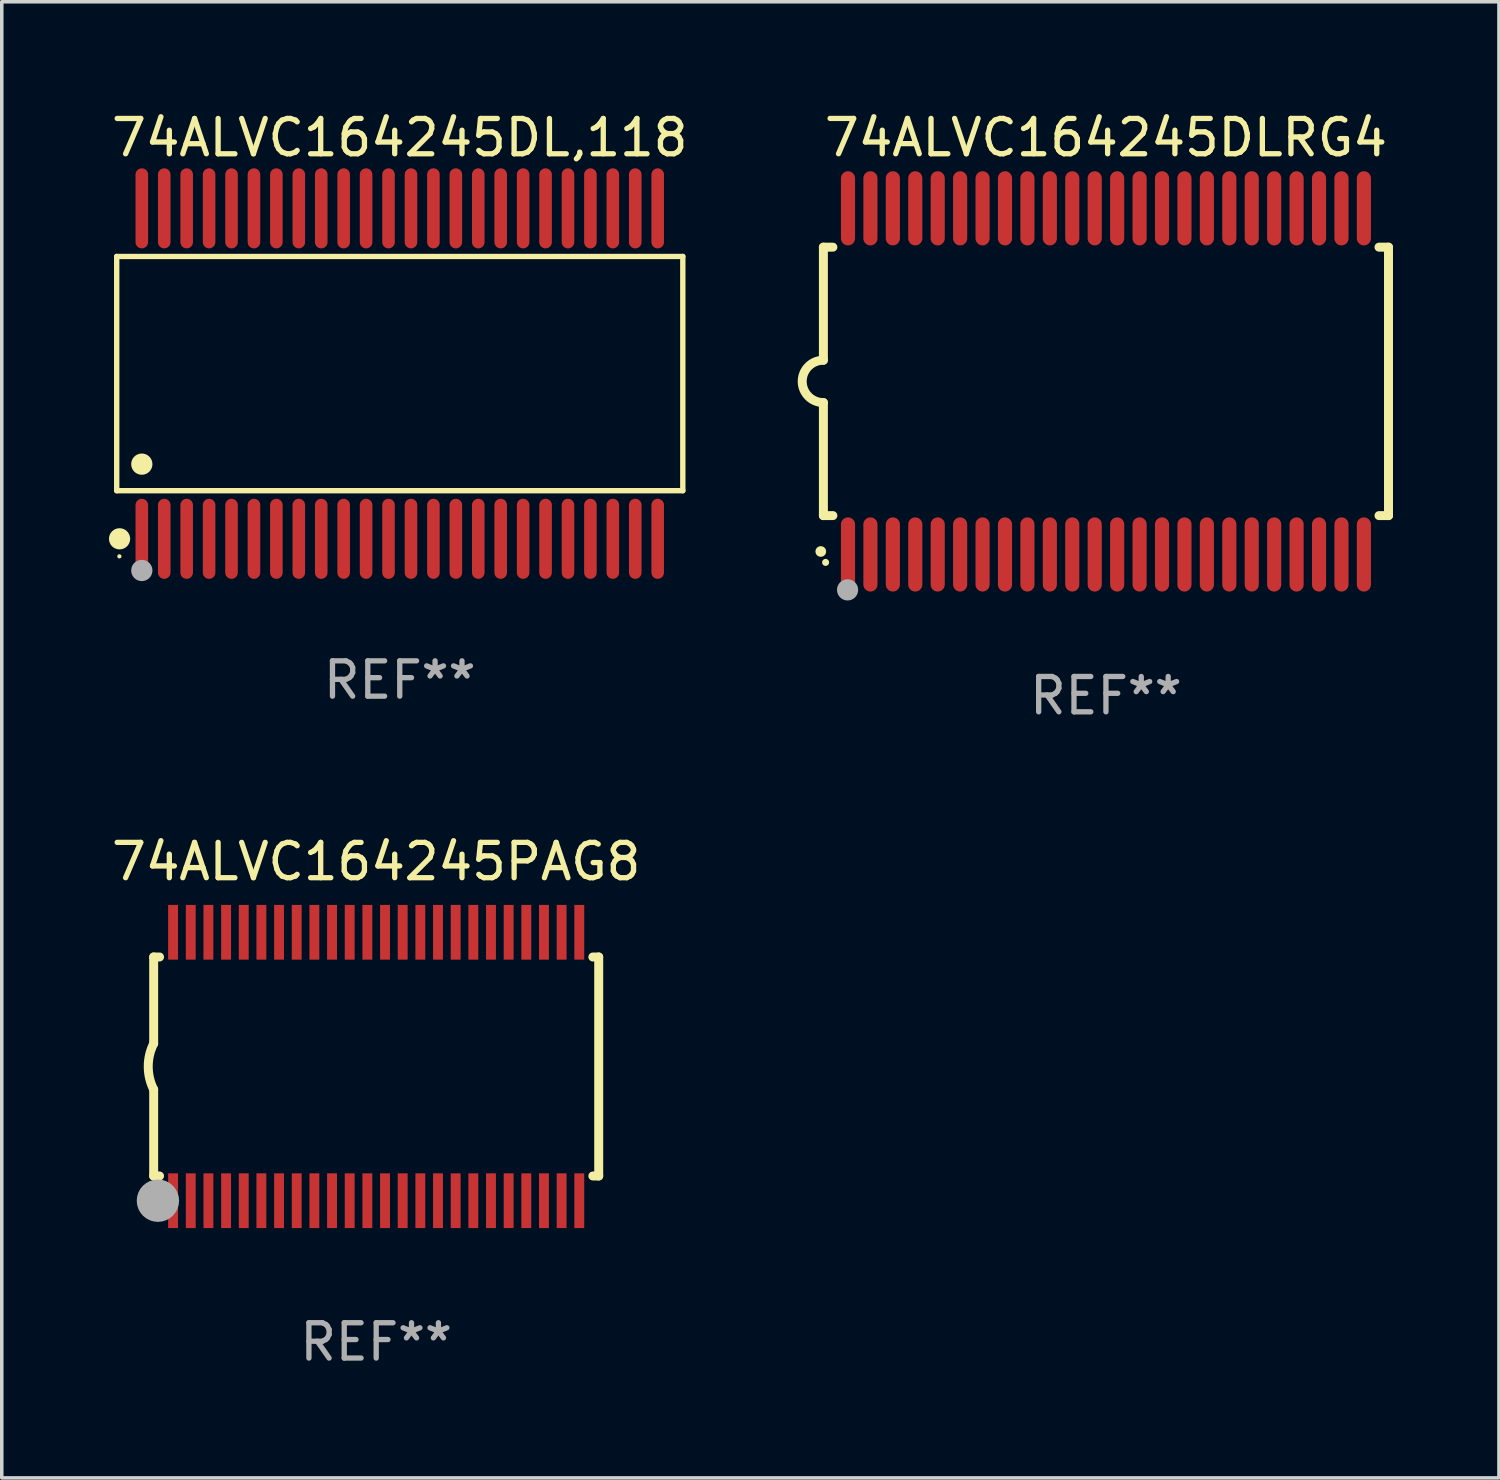
<source format=kicad_pcb>
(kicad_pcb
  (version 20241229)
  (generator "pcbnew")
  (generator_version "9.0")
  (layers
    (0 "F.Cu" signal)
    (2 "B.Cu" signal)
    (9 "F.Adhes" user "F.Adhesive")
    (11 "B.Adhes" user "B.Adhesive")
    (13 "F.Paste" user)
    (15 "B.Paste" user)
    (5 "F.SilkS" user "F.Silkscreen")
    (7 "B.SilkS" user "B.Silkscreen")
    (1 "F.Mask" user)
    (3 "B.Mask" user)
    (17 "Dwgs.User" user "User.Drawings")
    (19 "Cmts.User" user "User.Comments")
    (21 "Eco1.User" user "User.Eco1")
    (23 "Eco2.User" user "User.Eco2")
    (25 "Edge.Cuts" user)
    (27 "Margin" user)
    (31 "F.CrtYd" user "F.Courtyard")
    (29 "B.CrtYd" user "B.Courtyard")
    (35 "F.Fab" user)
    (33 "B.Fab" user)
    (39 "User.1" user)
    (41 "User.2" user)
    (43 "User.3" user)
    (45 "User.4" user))
  (footprint "74ALVC164245PAG8"
    (layer "F.Cu")
    (at 7.601 27.145)
    (property "Reference" "74ALVC164245PAG8" (at 0 -5.8 0) (layer "F.SilkS") (effects (font (size 1 1) (thickness 0.15))))
    (attr through_hole)
    (fp_line (start -6.3 -3.1) (end -6.3 -0.65) (stroke (width 0.254) (type solid)) (layer "F.SilkS"))
    (fp_line (start -6.3 -3.1) (end -6.134 -3.1) (stroke (width 0.254) (type solid)) (layer "F.SilkS"))
    (fp_line (start -6.3 3.1) (end -6.3 0.65) (stroke (width 0.254) (type solid)) (layer "F.SilkS"))
    (fp_line (start -6.3 3.1) (end -6.134 3.1) (stroke (width 0.254) (type solid)) (layer "F.SilkS"))
    (fp_line (start 6.134 -3.1) (end 6.3 -3.1) (stroke (width 0.254) (type solid)) (layer "F.SilkS"))
    (fp_line (start 6.134 3.1) (end 6.3 3.1) (stroke (width 0.254) (type solid)) (layer "F.SilkS"))
    (fp_line (start 6.3 -3.1) (end 6.3 3.1) (stroke (width 0.254) (type solid)) (layer "F.SilkS"))
    (fp_arc (start -6.301016 0.650114) (mid -6.45413 -0.000082) (end -6.3 -0.650038) (stroke (width 0.254001) (type solid)) (layer "F.SilkS"))
    (fp_circle (center -6.35 3.81) (end -6.223 3.81) (stroke (width 0.254) (type solid)) (fill no) (layer "F.SilkS"))
    (fp_circle (center -6.25 4.05) (end -6.22 4.05) (stroke (width 0.06) (type solid)) (fill no) (layer "F.SilkS"))
    (fp_circle (center -6.18 3.8) (end -5.88 3.8) (stroke (width 0.6) (type solid)) (fill no) (layer "F.Fab"))
    (fp_text user "REF**" (at 0 7.8 0) (layer "F.Fab") (effects (font (size 1 1) (thickness 0.15))))
    (pad "1" smd rect (at -5.75 3.8) (size 0.28 1.55) (layers "F.Cu" "F.Mask" "F.Paste"))
    (pad "2" smd rect (at -5.25 3.8) (size 0.28 1.55) (layers "F.Cu" "F.Mask" "F.Paste"))
    (pad "3" smd rect (at -4.75 3.8) (size 0.28 1.55) (layers "F.Cu" "F.Mask" "F.Paste"))
    (pad "4" smd rect (at -4.25 3.8) (size 0.28 1.55) (layers "F.Cu" "F.Mask" "F.Paste"))
    (pad "5" smd rect (at -3.75 3.8) (size 0.28 1.55) (layers "F.Cu" "F.Mask" "F.Paste"))
    (pad "6" smd rect (at -3.25 3.8) (size 0.28 1.55) (layers "F.Cu" "F.Mask" "F.Paste"))
    (pad "7" smd rect (at -2.75 3.8) (size 0.28 1.55) (layers "F.Cu" "F.Mask" "F.Paste"))
    (pad "8" smd rect (at -2.25 3.8) (size 0.28 1.55) (layers "F.Cu" "F.Mask" "F.Paste"))
    (pad "9" smd rect (at -1.75 3.8) (size 0.28 1.55) (layers "F.Cu" "F.Mask" "F.Paste"))
    (pad "10" smd rect (at -1.25 3.8) (size 0.28 1.55) (layers "F.Cu" "F.Mask" "F.Paste"))
    (pad "11" smd rect (at -0.75 3.8) (size 0.28 1.55) (layers "F.Cu" "F.Mask" "F.Paste"))
    (pad "12" smd rect (at -0.25 3.8) (size 0.28 1.55) (layers "F.Cu" "F.Mask" "F.Paste"))
    (pad "13" smd rect (at 0.25 3.8) (size 0.28 1.55) (layers "F.Cu" "F.Mask" "F.Paste"))
    (pad "14" smd rect (at 0.75 3.8) (size 0.28 1.55) (layers "F.Cu" "F.Mask" "F.Paste"))
    (pad "15" smd rect (at 1.25 3.8) (size 0.28 1.55) (layers "F.Cu" "F.Mask" "F.Paste"))
    (pad "16" smd rect (at 1.75 3.8) (size 0.28 1.55) (layers "F.Cu" "F.Mask" "F.Paste"))
    (pad "17" smd rect (at 2.25 3.8) (size 0.28 1.55) (layers "F.Cu" "F.Mask" "F.Paste"))
    (pad "18" smd rect (at 2.75 3.8) (size 0.28 1.55) (layers "F.Cu" "F.Mask" "F.Paste"))
    (pad "19" smd rect (at 3.25 3.8) (size 0.28 1.55) (layers "F.Cu" "F.Mask" "F.Paste"))
    (pad "20" smd rect (at 3.75 3.8) (size 0.28 1.55) (layers "F.Cu" "F.Mask" "F.Paste"))
    (pad "21" smd rect (at 4.25 3.8) (size 0.28 1.55) (layers "F.Cu" "F.Mask" "F.Paste"))
    (pad "22" smd rect (at 4.75 3.8) (size 0.28 1.55) (layers "F.Cu" "F.Mask" "F.Paste"))
    (pad "23" smd rect (at 5.25 3.8) (size 0.28 1.55) (layers "F.Cu" "F.Mask" "F.Paste"))
    (pad "24" smd rect (at 5.75 3.8) (size 0.28 1.55) (layers "F.Cu" "F.Mask" "F.Paste"))
    (pad "25" smd rect (at 5.75 -3.8) (size 0.28 1.55) (layers "F.Cu" "F.Mask" "F.Paste"))
    (pad "26" smd rect (at 5.25 -3.8) (size 0.28 1.55) (layers "F.Cu" "F.Mask" "F.Paste"))
    (pad "27" smd rect (at 4.75 -3.8) (size 0.28 1.55) (layers "F.Cu" "F.Mask" "F.Paste"))
    (pad "28" smd rect (at 4.25 -3.8) (size 0.28 1.55) (layers "F.Cu" "F.Mask" "F.Paste"))
    (pad "29" smd rect (at 3.75 -3.8) (size 0.28 1.55) (layers "F.Cu" "F.Mask" "F.Paste"))
    (pad "30" smd rect (at 3.25 -3.8) (size 0.28 1.55) (layers "F.Cu" "F.Mask" "F.Paste"))
    (pad "31" smd rect (at 2.75 -3.8) (size 0.28 1.55) (layers "F.Cu" "F.Mask" "F.Paste"))
    (pad "32" smd rect (at 2.25 -3.8) (size 0.28 1.55) (layers "F.Cu" "F.Mask" "F.Paste"))
    (pad "33" smd rect (at 1.75 -3.8) (size 0.28 1.55) (layers "F.Cu" "F.Mask" "F.Paste"))
    (pad "34" smd rect (at 1.25 -3.8) (size 0.28 1.55) (layers "F.Cu" "F.Mask" "F.Paste"))
    (pad "35" smd rect (at 0.75 -3.8) (size 0.28 1.55) (layers "F.Cu" "F.Mask" "F.Paste"))
    (pad "36" smd rect (at 0.25 -3.8) (size 0.28 1.55) (layers "F.Cu" "F.Mask" "F.Paste"))
    (pad "37" smd rect (at -0.25 -3.8) (size 0.28 1.55) (layers "F.Cu" "F.Mask" "F.Paste"))
    (pad "38" smd rect (at -0.75 -3.8) (size 0.28 1.55) (layers "F.Cu" "F.Mask" "F.Paste"))
    (pad "39" smd rect (at -1.25 -3.8) (size 0.28 1.55) (layers "F.Cu" "F.Mask" "F.Paste"))
    (pad "40" smd rect (at -1.75 -3.8) (size 0.28 1.55) (layers "F.Cu" "F.Mask" "F.Paste"))
    (pad "41" smd rect (at -2.25 -3.8) (size 0.28 1.55) (layers "F.Cu" "F.Mask" "F.Paste"))
    (pad "42" smd rect (at -2.75 -3.8) (size 0.28 1.55) (layers "F.Cu" "F.Mask" "F.Paste"))
    (pad "43" smd rect (at -3.25 -3.8) (size 0.28 1.55) (layers "F.Cu" "F.Mask" "F.Paste"))
    (pad "44" smd rect (at -3.75 -3.8) (size 0.28 1.55) (layers "F.Cu" "F.Mask" "F.Paste"))
    (pad "45" smd rect (at -4.25 -3.8) (size 0.28 1.55) (layers "F.Cu" "F.Mask" "F.Paste"))
    (pad "46" smd rect (at -4.75 -3.8) (size 0.28 1.55) (layers "F.Cu" "F.Mask" "F.Paste"))
    (pad "47" smd rect (at -5.25 -3.8) (size 0.28 1.55) (layers "F.Cu" "F.Mask" "F.Paste"))
    (pad "48" smd rect (at -5.75 -3.8) (size 0.28 1.55) (layers "F.Cu" "F.Mask" "F.Paste")))
  (footprint "74ALVC164245DL,118"
    (layer "F.Cu")
    (at 8.268 7.527)
    (property "Reference" "74ALVC164245DL,118" (at 0 -6.678 0) (layer "F.SilkS") (effects (font (size 1 1) (thickness 0.15))))
    (attr through_hole)
    (fp_line (start -8.014 -3.316) (end 8.014 -3.316) (stroke (width 0.152) (type solid)) (layer "F.SilkS"))
    (fp_line (start -8.014 3.316) (end -8.014 -3.316) (stroke (width 0.152) (type solid)) (layer "F.SilkS"))
    (fp_line (start 8.014 -3.316) (end 8.014 3.316) (stroke (width 0.152) (type solid)) (layer "F.SilkS"))
    (fp_line (start 8.014 3.316) (end -8.014 3.316) (stroke (width 0.152) (type solid)) (layer "F.SilkS"))
    (fp_circle (center -7.938 5.175) (end -7.908 5.175) (stroke (width 0.06) (type solid)) (fill no) (layer "F.SilkS"))
    (fp_circle (center -7.933 4.678) (end -7.783 4.678) (stroke (width 0.3) (type solid)) (fill no) (layer "F.SilkS"))
    (fp_circle (center -7.303 2.564) (end -7.152 2.564) (stroke (width 0.3) (type solid)) (fill no) (layer "F.SilkS"))
    (fp_circle (center -7.303 5.575) (end -7.152 5.575) (stroke (width 0.3) (type solid)) (fill no) (layer "F.Fab"))
    (fp_text user "REF**" (at 0 8.678 0) (layer "F.Fab") (effects (font (size 1 1) (thickness 0.15))))
    (pad "1" smd oval (at -7.303 4.678) (size 0.356 2.267) (layers "F.Cu" "F.Mask" "F.Paste"))
    (pad "2" smd oval (at -6.668 4.678) (size 0.356 2.267) (layers "F.Cu" "F.Mask" "F.Paste"))
    (pad "3" smd oval (at -6.033 4.678) (size 0.356 2.267) (layers "F.Cu" "F.Mask" "F.Paste"))
    (pad "4" smd oval (at -5.398 4.678) (size 0.356 2.267) (layers "F.Cu" "F.Mask" "F.Paste"))
    (pad "5" smd oval (at -4.763 4.678) (size 0.356 2.267) (layers "F.Cu" "F.Mask" "F.Paste"))
    (pad "6" smd oval (at -4.128 4.678) (size 0.356 2.267) (layers "F.Cu" "F.Mask" "F.Paste"))
    (pad "7" smd oval (at -3.493 4.678) (size 0.356 2.267) (layers "F.Cu" "F.Mask" "F.Paste"))
    (pad "8" smd oval (at -2.858 4.678) (size 0.356 2.267) (layers "F.Cu" "F.Mask" "F.Paste"))
    (pad "9" smd oval (at -2.223 4.678) (size 0.356 2.267) (layers "F.Cu" "F.Mask" "F.Paste"))
    (pad "10" smd oval (at -1.588 4.678) (size 0.356 2.267) (layers "F.Cu" "F.Mask" "F.Paste"))
    (pad "11" smd oval (at -0.953 4.678) (size 0.356 2.267) (layers "F.Cu" "F.Mask" "F.Paste"))
    (pad "12" smd oval (at -0.318 4.678) (size 0.356 2.267) (layers "F.Cu" "F.Mask" "F.Paste"))
    (pad "13" smd oval (at 0.318 4.678) (size 0.356 2.267) (layers "F.Cu" "F.Mask" "F.Paste"))
    (pad "14" smd oval (at 0.953 4.678) (size 0.356 2.267) (layers "F.Cu" "F.Mask" "F.Paste"))
    (pad "15" smd oval (at 1.588 4.678) (size 0.356 2.267) (layers "F.Cu" "F.Mask" "F.Paste"))
    (pad "16" smd oval (at 2.223 4.678) (size 0.356 2.267) (layers "F.Cu" "F.Mask" "F.Paste"))
    (pad "17" smd oval (at 2.858 4.678) (size 0.356 2.267) (layers "F.Cu" "F.Mask" "F.Paste"))
    (pad "18" smd oval (at 3.493 4.678) (size 0.356 2.267) (layers "F.Cu" "F.Mask" "F.Paste"))
    (pad "19" smd oval (at 4.128 4.678) (size 0.356 2.267) (layers "F.Cu" "F.Mask" "F.Paste"))
    (pad "20" smd oval (at 4.763 4.678) (size 0.356 2.267) (layers "F.Cu" "F.Mask" "F.Paste"))
    (pad "21" smd oval (at 5.398 4.678) (size 0.356 2.267) (layers "F.Cu" "F.Mask" "F.Paste"))
    (pad "22" smd oval (at 6.033 4.678) (size 0.356 2.267) (layers "F.Cu" "F.Mask" "F.Paste"))
    (pad "23" smd oval (at 6.668 4.678) (size 0.356 2.267) (layers "F.Cu" "F.Mask" "F.Paste"))
    (pad "24" smd oval (at 7.303 4.678) (size 0.356 2.267) (layers "F.Cu" "F.Mask" "F.Paste"))
    (pad "25" smd oval (at 7.303 -4.678) (size 0.356 2.267) (layers "F.Cu" "F.Mask" "F.Paste"))
    (pad "26" smd oval (at 6.668 -4.678) (size 0.356 2.267) (layers "F.Cu" "F.Mask" "F.Paste"))
    (pad "27" smd oval (at 6.033 -4.678) (size 0.356 2.267) (layers "F.Cu" "F.Mask" "F.Paste"))
    (pad "28" smd oval (at 5.398 -4.678) (size 0.356 2.267) (layers "F.Cu" "F.Mask" "F.Paste"))
    (pad "29" smd oval (at 4.763 -4.678) (size 0.356 2.267) (layers "F.Cu" "F.Mask" "F.Paste"))
    (pad "30" smd oval (at 4.128 -4.678) (size 0.356 2.267) (layers "F.Cu" "F.Mask" "F.Paste"))
    (pad "31" smd oval (at 3.493 -4.678) (size 0.356 2.267) (layers "F.Cu" "F.Mask" "F.Paste"))
    (pad "32" smd oval (at 2.858 -4.678) (size 0.356 2.267) (layers "F.Cu" "F.Mask" "F.Paste"))
    (pad "33" smd oval (at 2.223 -4.678) (size 0.356 2.267) (layers "F.Cu" "F.Mask" "F.Paste"))
    (pad "34" smd oval (at 1.588 -4.678) (size 0.356 2.267) (layers "F.Cu" "F.Mask" "F.Paste"))
    (pad "35" smd oval (at 0.953 -4.678) (size 0.356 2.267) (layers "F.Cu" "F.Mask" "F.Paste"))
    (pad "36" smd oval (at 0.318 -4.678) (size 0.356 2.267) (layers "F.Cu" "F.Mask" "F.Paste"))
    (pad "37" smd oval (at -0.318 -4.678) (size 0.356 2.267) (layers "F.Cu" "F.Mask" "F.Paste"))
    (pad "38" smd oval (at -0.953 -4.678) (size 0.356 2.267) (layers "F.Cu" "F.Mask" "F.Paste"))
    (pad "39" smd oval (at -1.588 -4.678) (size 0.356 2.267) (layers "F.Cu" "F.Mask" "F.Paste"))
    (pad "40" smd oval (at -2.223 -4.678) (size 0.356 2.267) (layers "F.Cu" "F.Mask" "F.Paste"))
    (pad "41" smd oval (at -2.858 -4.678) (size 0.356 2.267) (layers "F.Cu" "F.Mask" "F.Paste"))
    (pad "42" smd oval (at -3.493 -4.678) (size 0.356 2.267) (layers "F.Cu" "F.Mask" "F.Paste"))
    (pad "43" smd oval (at -4.128 -4.678) (size 0.356 2.267) (layers "F.Cu" "F.Mask" "F.Paste"))
    (pad "44" smd oval (at -4.763 -4.678) (size 0.356 2.267) (layers "F.Cu" "F.Mask" "F.Paste"))
    (pad "45" smd oval (at -5.398 -4.678) (size 0.356 2.267) (layers "F.Cu" "F.Mask" "F.Paste"))
    (pad "46" smd oval (at -6.033 -4.678) (size 0.356 2.267) (layers "F.Cu" "F.Mask" "F.Paste"))
    (pad "47" smd oval (at -6.668 -4.678) (size 0.356 2.267) (layers "F.Cu" "F.Mask" "F.Paste"))
    (pad "48" smd oval (at -7.303 -4.678) (size 0.356 2.267) (layers "F.Cu" "F.Mask" "F.Paste")))
  (footprint "74ALVC164245DLRG4"
    (layer "F.Cu")
    (at 28.262 7.748)
    (property "Reference" "74ALVC164245DLRG4" (at 0 -6.9 0) (layer "F.SilkS") (effects (font (size 1 1) (thickness 0.15))))
    (attr through_hole)
    (fp_line (start -8 -3.8) (end -8 -0.599) (stroke (width 0.254) (type solid)) (layer "F.SilkS"))
    (fp_line (start -8 -3.8) (end -7.731 -3.8) (stroke (width 0.254) (type solid)) (layer "F.SilkS"))
    (fp_line (start -8 3.8) (end -8 0.599) (stroke (width 0.254) (type solid)) (layer "F.SilkS"))
    (fp_line (start -7.731 3.8) (end -8 3.8) (stroke (width 0.254) (type solid)) (layer "F.SilkS"))
    (fp_line (start 7.731 -3.8) (end 8 -3.8) (stroke (width 0.254) (type solid)) (layer "F.SilkS"))
    (fp_line (start 8 -3.8) (end 8 3.8) (stroke (width 0.254) (type solid)) (layer "F.SilkS"))
    (fp_line (start 8 3.8) (end 7.731 3.8) (stroke (width 0.254) (type solid)) (layer "F.SilkS"))
    (fp_arc (start -8.074676 4.81585) (mid -8.073406 4.815845) (end -8.072136 4.81585) (stroke (width 0.3) (type solid)) (layer "F.SilkS"))
    (fp_arc (start -8.000025 0.6) (mid -8.598908 0.00056) (end -8.000027 -0.598882) (stroke (width 0.254001) (type solid)) (layer "F.SilkS"))
    (fp_circle (center -7.937 5.125) (end -7.887 5.125) (stroke (width 0.1) (type solid)) (fill no) (layer "F.SilkS"))
    (fp_circle (center -7.315 5.903) (end -7.165 5.903) (stroke (width 0.3) (type solid)) (fill no) (layer "F.Fab"))
    (fp_text user "REF**" (at 0 8.9 0) (layer "F.Fab") (effects (font (size 1 1) (thickness 0.15))))
    (pad "1" smd oval (at -7.303 4.9) (size 0.4 2.1) (layers "F.Cu" "F.Mask" "F.Paste"))
    (pad "2" smd oval (at -6.668 4.9) (size 0.4 2.1) (layers "F.Cu" "F.Mask" "F.Paste"))
    (pad "3" smd oval (at -6.033 4.9) (size 0.4 2.1) (layers "F.Cu" "F.Mask" "F.Paste"))
    (pad "4" smd oval (at -5.398 4.9) (size 0.4 2.1) (layers "F.Cu" "F.Mask" "F.Paste"))
    (pad "5" smd oval (at -4.763 4.9) (size 0.4 2.1) (layers "F.Cu" "F.Mask" "F.Paste"))
    (pad "6" smd oval (at -4.128 4.9) (size 0.4 2.1) (layers "F.Cu" "F.Mask" "F.Paste"))
    (pad "7" smd oval (at -3.493 4.9) (size 0.4 2.1) (layers "F.Cu" "F.Mask" "F.Paste"))
    (pad "8" smd oval (at -2.858 4.9) (size 0.4 2.1) (layers "F.Cu" "F.Mask" "F.Paste"))
    (pad "9" smd oval (at -2.223 4.9) (size 0.4 2.1) (layers "F.Cu" "F.Mask" "F.Paste"))
    (pad "10" smd oval (at -1.588 4.9) (size 0.4 2.1) (layers "F.Cu" "F.Mask" "F.Paste"))
    (pad "11" smd oval (at -0.953 4.9) (size 0.4 2.1) (layers "F.Cu" "F.Mask" "F.Paste"))
    (pad "12" smd oval (at -0.318 4.9) (size 0.4 2.1) (layers "F.Cu" "F.Mask" "F.Paste"))
    (pad "13" smd oval (at 0.318 4.9) (size 0.4 2.1) (layers "F.Cu" "F.Mask" "F.Paste"))
    (pad "14" smd oval (at 0.953 4.9) (size 0.4 2.1) (layers "F.Cu" "F.Mask" "F.Paste"))
    (pad "15" smd oval (at 1.588 4.9) (size 0.4 2.1) (layers "F.Cu" "F.Mask" "F.Paste"))
    (pad "16" smd oval (at 2.223 4.9) (size 0.4 2.1) (layers "F.Cu" "F.Mask" "F.Paste"))
    (pad "17" smd oval (at 2.858 4.9) (size 0.4 2.1) (layers "F.Cu" "F.Mask" "F.Paste"))
    (pad "18" smd oval (at 3.493 4.9) (size 0.4 2.1) (layers "F.Cu" "F.Mask" "F.Paste"))
    (pad "19" smd oval (at 4.128 4.9) (size 0.4 2.1) (layers "F.Cu" "F.Mask" "F.Paste"))
    (pad "20" smd oval (at 4.763 4.9) (size 0.4 2.1) (layers "F.Cu" "F.Mask" "F.Paste"))
    (pad "21" smd oval (at 5.398 4.9) (size 0.4 2.1) (layers "F.Cu" "F.Mask" "F.Paste"))
    (pad "22" smd oval (at 6.033 4.9) (size 0.4 2.1) (layers "F.Cu" "F.Mask" "F.Paste"))
    (pad "23" smd oval (at 6.668 4.9) (size 0.4 2.1) (layers "F.Cu" "F.Mask" "F.Paste"))
    (pad "24" smd oval (at 7.303 4.9) (size 0.4 2.1) (layers "F.Cu" "F.Mask" "F.Paste"))
    (pad "25" smd oval (at 7.303 -4.9 180) (size 0.4 2.1) (layers "F.Cu" "F.Mask" "F.Paste"))
    (pad "26" smd oval (at 6.668 -4.9 180) (size 0.4 2.1) (layers "F.Cu" "F.Mask" "F.Paste"))
    (pad "27" smd oval (at 6.033 -4.9 180) (size 0.4 2.1) (layers "F.Cu" "F.Mask" "F.Paste"))
    (pad "28" smd oval (at 5.398 -4.9 180) (size 0.4 2.1) (layers "F.Cu" "F.Mask" "F.Paste"))
    (pad "29" smd oval (at 4.763 -4.9 180) (size 0.4 2.1) (layers "F.Cu" "F.Mask" "F.Paste"))
    (pad "30" smd oval (at 4.128 -4.9 180) (size 0.4 2.1) (layers "F.Cu" "F.Mask" "F.Paste"))
    (pad "31" smd oval (at 3.493 -4.9 180) (size 0.4 2.1) (layers "F.Cu" "F.Mask" "F.Paste"))
    (pad "32" smd oval (at 2.858 -4.9 180) (size 0.4 2.1) (layers "F.Cu" "F.Mask" "F.Paste"))
    (pad "33" smd oval (at 2.223 -4.9 180) (size 0.4 2.1) (layers "F.Cu" "F.Mask" "F.Paste"))
    (pad "34" smd oval (at 1.588 -4.9 180) (size 0.4 2.1) (layers "F.Cu" "F.Mask" "F.Paste"))
    (pad "35" smd oval (at 0.953 -4.9 180) (size 0.4 2.1) (layers "F.Cu" "F.Mask" "F.Paste"))
    (pad "36" smd oval (at 0.318 -4.9 180) (size 0.4 2.1) (layers "F.Cu" "F.Mask" "F.Paste"))
    (pad "37" smd oval (at -0.318 -4.9 180) (size 0.4 2.1) (layers "F.Cu" "F.Mask" "F.Paste"))
    (pad "38" smd oval (at -0.953 -4.9 180) (size 0.4 2.1) (layers "F.Cu" "F.Mask" "F.Paste"))
    (pad "39" smd oval (at -1.588 -4.9 180) (size 0.4 2.1) (layers "F.Cu" "F.Mask" "F.Paste"))
    (pad "40" smd oval (at -2.223 -4.9 180) (size 0.4 2.1) (layers "F.Cu" "F.Mask" "F.Paste"))
    (pad "41" smd oval (at -2.858 -4.9 180) (size 0.4 2.1) (layers "F.Cu" "F.Mask" "F.Paste"))
    (pad "42" smd oval (at -3.493 -4.9 180) (size 0.4 2.1) (layers "F.Cu" "F.Mask" "F.Paste"))
    (pad "43" smd oval (at -4.128 -4.9 180) (size 0.4 2.1) (layers "F.Cu" "F.Mask" "F.Paste"))
    (pad "44" smd oval (at -4.763 -4.9 180) (size 0.4 2.1) (layers "F.Cu" "F.Mask" "F.Paste"))
    (pad "45" smd oval (at -5.398 -4.9 180) (size 0.4 2.1) (layers "F.Cu" "F.Mask" "F.Paste"))
    (pad "46" smd oval (at -6.033 -4.9 180) (size 0.4 2.1) (layers "F.Cu" "F.Mask" "F.Paste"))
    (pad "47" smd oval (at -6.668 -4.9 180) (size 0.4 2.1) (layers "F.Cu" "F.Mask" "F.Paste"))
    (pad "48" smd oval (at -7.303 -4.9 180) (size 0.4 2.1) (layers "F.Cu" "F.Mask" "F.Paste")))
  (gr_rect
    (start -3 -3)
    (end 39.389 38.793)
    (stroke (width 0.1) (type default))
    (fill no)
    (layer "Edge.Cuts")))
</source>
